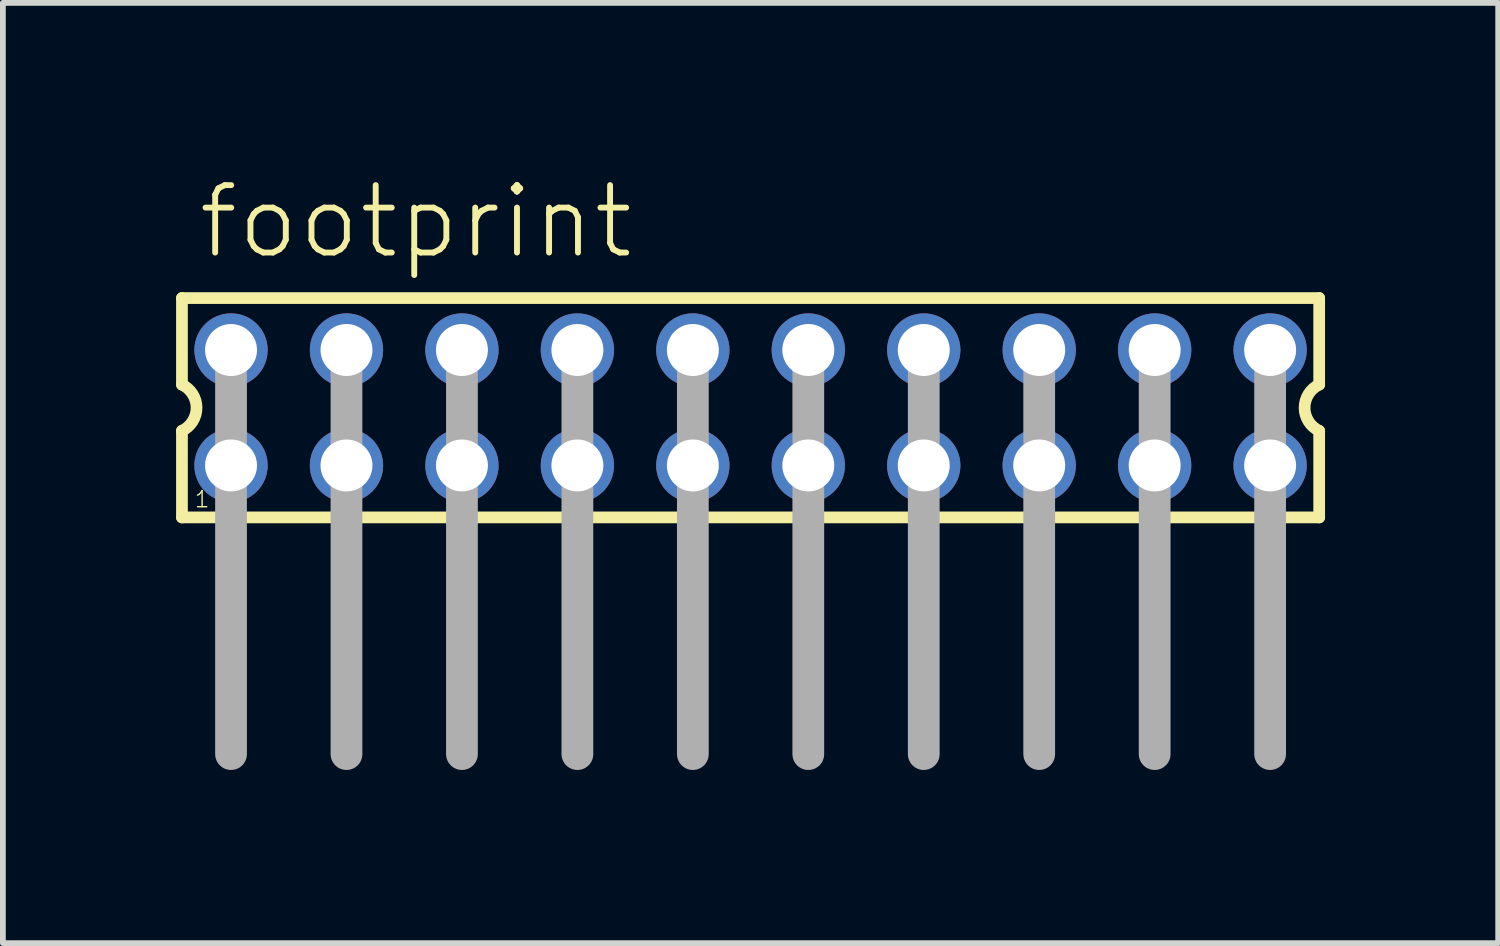
<source format=kicad_pcb>
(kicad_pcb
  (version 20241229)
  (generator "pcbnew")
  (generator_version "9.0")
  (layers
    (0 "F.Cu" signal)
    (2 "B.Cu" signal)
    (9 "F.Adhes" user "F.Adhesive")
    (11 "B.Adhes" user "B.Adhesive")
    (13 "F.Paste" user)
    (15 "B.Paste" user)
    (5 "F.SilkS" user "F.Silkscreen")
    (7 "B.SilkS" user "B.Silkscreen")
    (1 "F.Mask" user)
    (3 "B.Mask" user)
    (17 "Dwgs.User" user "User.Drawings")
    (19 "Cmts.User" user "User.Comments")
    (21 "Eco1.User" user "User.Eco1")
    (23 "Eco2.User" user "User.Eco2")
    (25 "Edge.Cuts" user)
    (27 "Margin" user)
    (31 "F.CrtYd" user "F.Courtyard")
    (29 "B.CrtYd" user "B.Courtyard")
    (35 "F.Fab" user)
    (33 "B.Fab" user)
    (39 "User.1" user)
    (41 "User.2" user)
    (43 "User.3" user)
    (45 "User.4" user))
  (footprint "footprint"
    (layer "F.Cu")
    (at 9.952 4.013)
    (property "Reference" "footprint" (at -9.62 -2.54 0) (layer "F.SilkS") (effects (font (size 1.168 1.168) (thickness 0.102)) (justify left bottom)))
    (fp_line (start -9.85 -1.9) (end -9.85 -0.4) (stroke (width 0.203) (type solid)) (layer "F.SilkS"))
    (fp_line (start -9.85 0.4) (end -9.85 1.9) (stroke (width 0.203) (type solid)) (layer "F.SilkS"))
    (fp_line (start -9.85 1.9) (end 9.85 1.9) (stroke (width 0.203) (type solid)) (layer "F.SilkS"))
    (fp_line (start 9.85 -1.9) (end -9.85 -1.9) (stroke (width 0.203) (type solid)) (layer "F.SilkS"))
    (fp_line (start 9.85 -0.4) (end 9.85 -1.9) (stroke (width 0.203) (type solid)) (layer "F.SilkS"))
    (fp_line (start 9.85 1.9) (end 9.85 0.4) (stroke (width 0.203) (type solid)) (layer "F.SilkS"))
    (fp_arc (start -9.85 -0.4) (mid -9.597167 0) (end -9.85 0.4) (stroke (width 0.2032) (type solid)) (layer "F.SilkS"))
    (fp_arc (start 9.85 0.4) (mid 9.597167 0) (end 9.85 -0.4) (stroke (width 0.2032) (type solid)) (layer "F.SilkS"))
    (fp_line (start -9 -1) (end -9 6) (stroke (width 0.55) (type solid)) (layer "F.Fab"))
    (fp_line (start -7 -1) (end -7 6) (stroke (width 0.55) (type solid)) (layer "F.Fab"))
    (fp_line (start -5 -1) (end -5 6) (stroke (width 0.55) (type solid)) (layer "F.Fab"))
    (fp_line (start -3 -1) (end -3 6) (stroke (width 0.55) (type solid)) (layer "F.Fab"))
    (fp_line (start -1 -1) (end -1 6) (stroke (width 0.55) (type solid)) (layer "F.Fab"))
    (fp_line (start 1 -1) (end 1 6) (stroke (width 0.55) (type solid)) (layer "F.Fab"))
    (fp_line (start 3 -1) (end 3 6) (stroke (width 0.55) (type solid)) (layer "F.Fab"))
    (fp_line (start 5 -1) (end 5 6) (stroke (width 0.55) (type solid)) (layer "F.Fab"))
    (fp_line (start 7 -1) (end 7 6) (stroke (width 0.55) (type solid)) (layer "F.Fab"))
    (fp_line (start 9 -1) (end 9 6) (stroke (width 0.55) (type solid)) (layer "F.Fab"))
    (fp_poly (pts (xy -9.25 -0.75) (xy -8.75 -0.75) (xy -8.75 -1.25) (xy -9.25 -1.25)) (stroke (width 0.1) (type solid)) (fill no) (layer "F.Fab"))
    (fp_poly (pts (xy -9.25 1.25) (xy -8.75 1.25) (xy -8.75 0.75) (xy -9.25 0.75)) (stroke (width 0.1) (type solid)) (fill no) (layer "F.Fab"))
    (fp_poly (pts (xy -7.25 -0.75) (xy -6.75 -0.75) (xy -6.75 -1.25) (xy -7.25 -1.25)) (stroke (width 0.1) (type solid)) (fill no) (layer "F.Fab"))
    (fp_poly (pts (xy -7.25 1.25) (xy -6.75 1.25) (xy -6.75 0.75) (xy -7.25 0.75)) (stroke (width 0.1) (type solid)) (fill no) (layer "F.Fab"))
    (fp_poly (pts (xy -5.25 -0.75) (xy -4.75 -0.75) (xy -4.75 -1.25) (xy -5.25 -1.25)) (stroke (width 0.1) (type solid)) (fill no) (layer "F.Fab"))
    (fp_poly (pts (xy -5.25 1.25) (xy -4.75 1.25) (xy -4.75 0.75) (xy -5.25 0.75)) (stroke (width 0.1) (type solid)) (fill no) (layer "F.Fab"))
    (fp_poly (pts (xy -3.25 -0.75) (xy -2.75 -0.75) (xy -2.75 -1.25) (xy -3.25 -1.25)) (stroke (width 0.1) (type solid)) (fill no) (layer "F.Fab"))
    (fp_poly (pts (xy -3.25 1.25) (xy -2.75 1.25) (xy -2.75 0.75) (xy -3.25 0.75)) (stroke (width 0.1) (type solid)) (fill no) (layer "F.Fab"))
    (fp_poly (pts (xy -1.25 -0.75) (xy -0.75 -0.75) (xy -0.75 -1.25) (xy -1.25 -1.25)) (stroke (width 0.1) (type solid)) (fill no) (layer "F.Fab"))
    (fp_poly (pts (xy -1.25 1.25) (xy -0.75 1.25) (xy -0.75 0.75) (xy -1.25 0.75)) (stroke (width 0.1) (type solid)) (fill no) (layer "F.Fab"))
    (fp_poly (pts (xy 0.75 -0.75) (xy 1.25 -0.75) (xy 1.25 -1.25) (xy 0.75 -1.25)) (stroke (width 0.1) (type solid)) (fill no) (layer "F.Fab"))
    (fp_poly (pts (xy 0.75 1.25) (xy 1.25 1.25) (xy 1.25 0.75) (xy 0.75 0.75)) (stroke (width 0.1) (type solid)) (fill no) (layer "F.Fab"))
    (fp_poly (pts (xy 2.75 -0.75) (xy 3.25 -0.75) (xy 3.25 -1.25) (xy 2.75 -1.25)) (stroke (width 0.1) (type solid)) (fill no) (layer "F.Fab"))
    (fp_poly (pts (xy 2.75 1.25) (xy 3.25 1.25) (xy 3.25 0.75) (xy 2.75 0.75)) (stroke (width 0.1) (type solid)) (fill no) (layer "F.Fab"))
    (fp_poly (pts (xy 4.75 -0.75) (xy 5.25 -0.75) (xy 5.25 -1.25) (xy 4.75 -1.25)) (stroke (width 0.1) (type solid)) (fill no) (layer "F.Fab"))
    (fp_poly (pts (xy 4.75 1.25) (xy 5.25 1.25) (xy 5.25 0.75) (xy 4.75 0.75)) (stroke (width 0.1) (type solid)) (fill no) (layer "F.Fab"))
    (fp_poly (pts (xy 6.75 -0.75) (xy 7.25 -0.75) (xy 7.25 -1.25) (xy 6.75 -1.25)) (stroke (width 0.1) (type solid)) (fill no) (layer "F.Fab"))
    (fp_poly (pts (xy 6.75 1.25) (xy 7.25 1.25) (xy 7.25 0.75) (xy 6.75 0.75)) (stroke (width 0.1) (type solid)) (fill no) (layer "F.Fab"))
    (fp_poly (pts (xy 8.75 -0.75) (xy 9.25 -0.75) (xy 9.25 -1.25) (xy 8.75 -1.25)) (stroke (width 0.1) (type solid)) (fill no) (layer "F.Fab"))
    (fp_poly (pts (xy 8.75 1.25) (xy 9.25 1.25) (xy 9.25 0.75) (xy 8.75 0.75)) (stroke (width 0.1) (type solid)) (fill no) (layer "F.Fab"))
    (fp_text user "1" (at -9.65 1.75 0) (layer "F.SilkS") (effects (font (size 0.28 0.28) (thickness 0.024)) (justify left bottom)))
    (pad "1" thru_hole circle (at -9 1) (size 1.27 1.27) (drill 0.9) (layers "*.Cu" "*.Mask"))
    (pad "2" thru_hole circle (at -9 -1) (size 1.27 1.27) (drill 0.9) (layers "*.Cu" "*.Mask"))
    (pad "3" thru_hole circle (at -7 1) (size 1.27 1.27) (drill 0.9) (layers "*.Cu" "*.Mask"))
    (pad "4" thru_hole circle (at -7 -1) (size 1.27 1.27) (drill 0.9) (layers "*.Cu" "*.Mask"))
    (pad "5" thru_hole circle (at -5 1) (size 1.27 1.27) (drill 0.9) (layers "*.Cu" "*.Mask"))
    (pad "6" thru_hole circle (at -5 -1) (size 1.27 1.27) (drill 0.9) (layers "*.Cu" "*.Mask"))
    (pad "7" thru_hole circle (at -3 1) (size 1.27 1.27) (drill 0.9) (layers "*.Cu" "*.Mask"))
    (pad "8" thru_hole circle (at -3 -1) (size 1.27 1.27) (drill 0.9) (layers "*.Cu" "*.Mask"))
    (pad "9" thru_hole circle (at -1 1) (size 1.27 1.27) (drill 0.9) (layers "*.Cu" "*.Mask"))
    (pad "10" thru_hole circle (at -1 -1) (size 1.27 1.27) (drill 0.9) (layers "*.Cu" "*.Mask"))
    (pad "11" thru_hole circle (at 1 1) (size 1.27 1.27) (drill 0.9) (layers "*.Cu" "*.Mask"))
    (pad "12" thru_hole circle (at 1 -1) (size 1.27 1.27) (drill 0.9) (layers "*.Cu" "*.Mask"))
    (pad "13" thru_hole circle (at 3 1) (size 1.27 1.27) (drill 0.9) (layers "*.Cu" "*.Mask"))
    (pad "14" thru_hole circle (at 3 -1) (size 1.27 1.27) (drill 0.9) (layers "*.Cu" "*.Mask"))
    (pad "15" thru_hole circle (at 5 1) (size 1.27 1.27) (drill 0.9) (layers "*.Cu" "*.Mask"))
    (pad "16" thru_hole circle (at 5 -1) (size 1.27 1.27) (drill 0.9) (layers "*.Cu" "*.Mask"))
    (pad "17" thru_hole circle (at 7 1) (size 1.27 1.27) (drill 0.9) (layers "*.Cu" "*.Mask"))
    (pad "18" thru_hole circle (at 7 -1) (size 1.27 1.27) (drill 0.9) (layers "*.Cu" "*.Mask"))
    (pad "19" thru_hole circle (at 9 1) (size 1.27 1.27) (drill 0.9) (layers "*.Cu" "*.Mask"))
    (pad "20" thru_hole circle (at 9 -1) (size 1.27 1.27) (drill 0.9) (layers "*.Cu" "*.Mask")))
  (gr_rect
    (start -3 -3)
    (end 22.903 13.288)
    (stroke (width 0.1) (type default))
    (fill no)
    (layer "Edge.Cuts")))
</source>
